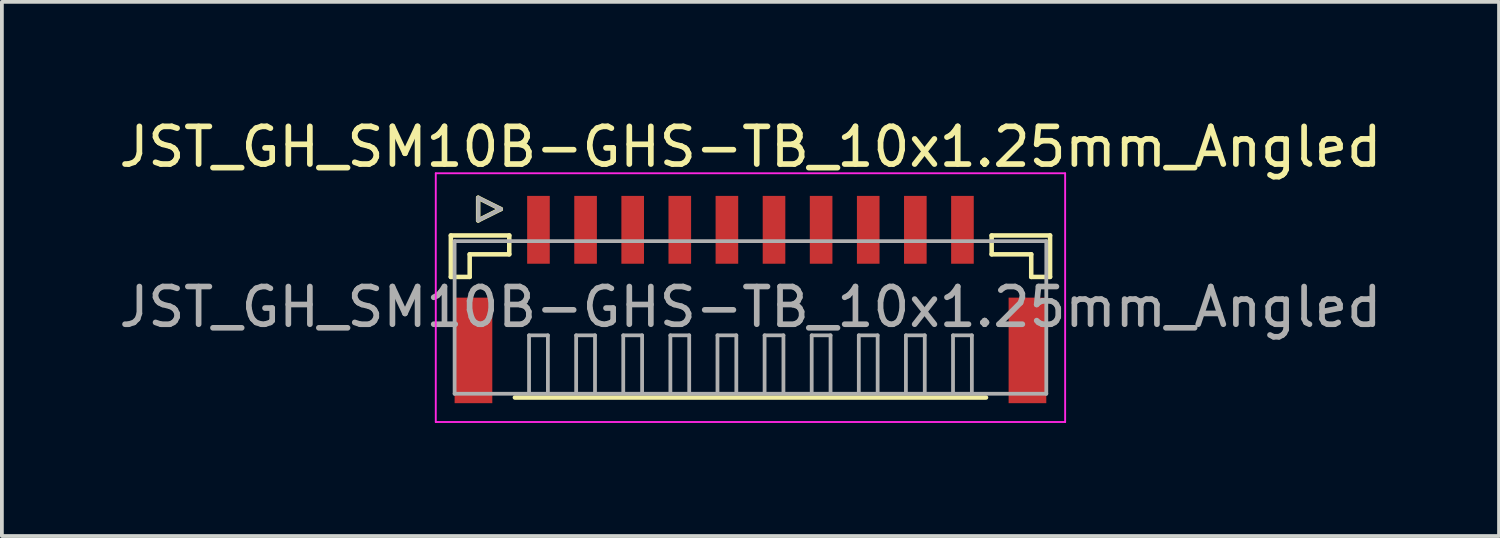
<source format=kicad_pcb>
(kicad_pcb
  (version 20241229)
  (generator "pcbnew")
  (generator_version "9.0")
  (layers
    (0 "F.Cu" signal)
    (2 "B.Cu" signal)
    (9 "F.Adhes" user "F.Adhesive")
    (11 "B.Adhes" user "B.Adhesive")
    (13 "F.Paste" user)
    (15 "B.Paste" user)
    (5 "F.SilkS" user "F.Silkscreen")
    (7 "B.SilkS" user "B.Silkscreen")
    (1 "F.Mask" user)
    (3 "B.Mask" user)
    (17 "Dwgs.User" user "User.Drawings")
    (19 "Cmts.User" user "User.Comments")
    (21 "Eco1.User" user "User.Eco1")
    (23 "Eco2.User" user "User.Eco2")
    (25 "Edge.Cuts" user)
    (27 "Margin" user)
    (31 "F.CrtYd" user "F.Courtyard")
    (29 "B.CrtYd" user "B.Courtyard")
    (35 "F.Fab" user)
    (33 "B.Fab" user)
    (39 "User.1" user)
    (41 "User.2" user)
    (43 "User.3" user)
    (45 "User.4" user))
  (footprint "JST_GH_SM10B-GHS-TB_10x1.25mm_Angled"
    (layer "F.Cu")
    (at 16.863 4.648)
    (property "Reference" "JST_GH_SM10B-GHS-TB_10x1.25mm_Angled" (at 0 -3.8 0) (layer "F.SilkS") (effects (font (size 1 1) (thickness 0.15))))
    (attr smd)
    (fp_line (start -7.95 -1.45) (end -6.4 -1.45) (stroke (width 0.12) (type solid)) (layer "F.SilkS"))
    (fp_line (start -7.95 -0.35) (end -7.95 -1.45) (stroke (width 0.12) (type solid)) (layer "F.SilkS"))
    (fp_line (start -7.45 -0.95) (end -7.45 -0.35) (stroke (width 0.12) (type solid)) (layer "F.SilkS"))
    (fp_line (start -7.45 -0.35) (end -7.95 -0.35) (stroke (width 0.12) (type solid)) (layer "F.SilkS"))
    (fp_line (start -7.225 -2.45) (end -7.225 -1.85) (stroke (width 0.12) (type solid)) (layer "F.SilkS"))
    (fp_line (start -7.225 -1.85) (end -6.625 -2.15) (stroke (width 0.12) (type solid)) (layer "F.SilkS"))
    (fp_line (start -6.625 -2.15) (end -7.225 -2.45) (stroke (width 0.12) (type solid)) (layer "F.SilkS"))
    (fp_line (start -6.4 -1.45) (end -6.4 -0.95) (stroke (width 0.12) (type solid)) (layer "F.SilkS"))
    (fp_line (start -6.4 -0.95) (end -7.45 -0.95) (stroke (width 0.12) (type solid)) (layer "F.SilkS"))
    (fp_line (start -6.25 2.85) (end 6.25 2.85) (stroke (width 0.12) (type solid)) (layer "F.SilkS"))
    (fp_line (start 6.4 -1.45) (end 6.4 -0.95) (stroke (width 0.12) (type solid)) (layer "F.SilkS"))
    (fp_line (start 6.4 -0.95) (end 7.45 -0.95) (stroke (width 0.12) (type solid)) (layer "F.SilkS"))
    (fp_line (start 7.45 -0.95) (end 7.45 -0.35) (stroke (width 0.12) (type solid)) (layer "F.SilkS"))
    (fp_line (start 7.45 -0.35) (end 7.95 -0.35) (stroke (width 0.12) (type solid)) (layer "F.SilkS"))
    (fp_line (start 7.95 -1.45) (end 6.4 -1.45) (stroke (width 0.12) (type solid)) (layer "F.SilkS"))
    (fp_line (start 7.95 -0.35) (end 7.95 -1.45) (stroke (width 0.12) (type solid)) (layer "F.SilkS"))
    (fp_line (start -8.35 -3.1) (end -8.35 3.5) (stroke (width 0.05) (type solid)) (layer "F.CrtYd"))
    (fp_line (start -8.35 3.5) (end 8.35 3.5) (stroke (width 0.05) (type solid)) (layer "F.CrtYd"))
    (fp_line (start 8.35 -3.1) (end -8.35 -3.1) (stroke (width 0.05) (type solid)) (layer "F.CrtYd"))
    (fp_line (start 8.35 3.5) (end 8.35 -3.1) (stroke (width 0.05) (type solid)) (layer "F.CrtYd"))
    (fp_line (start -7.85 -1.3) (end -7.85 2.75) (stroke (width 0.1) (type solid)) (layer "F.Fab"))
    (fp_line (start -7.85 2.75) (end 7.85 2.75) (stroke (width 0.1) (type solid)) (layer "F.Fab"))
    (fp_line (start -7.225 -2.45) (end -7.225 -1.85) (stroke (width 0.1) (type solid)) (layer "F.Fab"))
    (fp_line (start -7.225 -1.85) (end -6.625 -2.15) (stroke (width 0.1) (type solid)) (layer "F.Fab"))
    (fp_line (start -6.625 -2.15) (end -7.225 -2.45) (stroke (width 0.1) (type solid)) (layer "F.Fab"))
    (fp_line (start -5.875 1.2) (end -5.375 1.2) (stroke (width 0.1) (type solid)) (layer "F.Fab"))
    (fp_line (start -5.875 2.7) (end -5.875 1.2) (stroke (width 0.1) (type solid)) (layer "F.Fab"))
    (fp_line (start -5.375 1.2) (end -5.375 2.7) (stroke (width 0.1) (type solid)) (layer "F.Fab"))
    (fp_line (start -4.625 1.2) (end -4.125 1.2) (stroke (width 0.1) (type solid)) (layer "F.Fab"))
    (fp_line (start -4.625 2.7) (end -4.625 1.2) (stroke (width 0.1) (type solid)) (layer "F.Fab"))
    (fp_line (start -4.125 1.2) (end -4.125 2.7) (stroke (width 0.1) (type solid)) (layer "F.Fab"))
    (fp_line (start -3.375 1.2) (end -2.875 1.2) (stroke (width 0.1) (type solid)) (layer "F.Fab"))
    (fp_line (start -3.375 2.7) (end -3.375 1.2) (stroke (width 0.1) (type solid)) (layer "F.Fab"))
    (fp_line (start -2.875 1.2) (end -2.875 2.7) (stroke (width 0.1) (type solid)) (layer "F.Fab"))
    (fp_line (start -2.125 1.2) (end -1.625 1.2) (stroke (width 0.1) (type solid)) (layer "F.Fab"))
    (fp_line (start -2.125 2.7) (end -2.125 1.2) (stroke (width 0.1) (type solid)) (layer "F.Fab"))
    (fp_line (start -1.625 1.2) (end -1.625 2.7) (stroke (width 0.1) (type solid)) (layer "F.Fab"))
    (fp_line (start -0.875 1.2) (end -0.375 1.2) (stroke (width 0.1) (type solid)) (layer "F.Fab"))
    (fp_line (start -0.875 2.7) (end -0.875 1.2) (stroke (width 0.1) (type solid)) (layer "F.Fab"))
    (fp_line (start -0.375 1.2) (end -0.375 2.7) (stroke (width 0.1) (type solid)) (layer "F.Fab"))
    (fp_line (start 0.375 1.2) (end 0.875 1.2) (stroke (width 0.1) (type solid)) (layer "F.Fab"))
    (fp_line (start 0.375 2.7) (end 0.375 1.2) (stroke (width 0.1) (type solid)) (layer "F.Fab"))
    (fp_line (start 0.875 1.2) (end 0.875 2.7) (stroke (width 0.1) (type solid)) (layer "F.Fab"))
    (fp_line (start 1.625 1.2) (end 2.125 1.2) (stroke (width 0.1) (type solid)) (layer "F.Fab"))
    (fp_line (start 1.625 2.7) (end 1.625 1.2) (stroke (width 0.1) (type solid)) (layer "F.Fab"))
    (fp_line (start 2.125 1.2) (end 2.125 2.7) (stroke (width 0.1) (type solid)) (layer "F.Fab"))
    (fp_line (start 2.875 1.2) (end 3.375 1.2) (stroke (width 0.1) (type solid)) (layer "F.Fab"))
    (fp_line (start 2.875 2.7) (end 2.875 1.2) (stroke (width 0.1) (type solid)) (layer "F.Fab"))
    (fp_line (start 3.375 1.2) (end 3.375 2.7) (stroke (width 0.1) (type solid)) (layer "F.Fab"))
    (fp_line (start 4.125 1.2) (end 4.625 1.2) (stroke (width 0.1) (type solid)) (layer "F.Fab"))
    (fp_line (start 4.125 2.7) (end 4.125 1.2) (stroke (width 0.1) (type solid)) (layer "F.Fab"))
    (fp_line (start 4.625 1.2) (end 4.625 2.7) (stroke (width 0.1) (type solid)) (layer "F.Fab"))
    (fp_line (start 5.375 1.2) (end 5.875 1.2) (stroke (width 0.1) (type solid)) (layer "F.Fab"))
    (fp_line (start 5.375 2.7) (end 5.375 1.2) (stroke (width 0.1) (type solid)) (layer "F.Fab"))
    (fp_line (start 5.875 1.2) (end 5.875 2.7) (stroke (width 0.1) (type solid)) (layer "F.Fab"))
    (fp_line (start 7.85 -1.3) (end -7.85 -1.3) (stroke (width 0.1) (type solid)) (layer "F.Fab"))
    (fp_line (start 7.85 2.75) (end 7.85 -1.3) (stroke (width 0.1) (type solid)) (layer "F.Fab"))
    (fp_text user "${REFERENCE}" (at 0 0.45 0) (layer "F.Fab") (effects (font (size 1 1) (thickness 0.15))))
    (pad "" smd rect (at -7.35 1.6) (size 1 2.8) (layers "F.Cu" "F.Mask" "F.Paste"))
    (pad "" smd rect (at 7.35 1.6) (size 1 2.8) (layers "F.Cu" "F.Mask" "F.Paste"))
    (pad "1" smd rect (at -5.625 -1.6) (size 0.6 1.8) (layers "F.Cu" "F.Mask" "F.Paste"))
    (pad "2" smd rect (at -4.375 -1.6) (size 0.6 1.8) (layers "F.Cu" "F.Mask" "F.Paste"))
    (pad "3" smd rect (at -3.125 -1.6) (size 0.6 1.8) (layers "F.Cu" "F.Mask" "F.Paste"))
    (pad "4" smd rect (at -1.875 -1.6) (size 0.6 1.8) (layers "F.Cu" "F.Mask" "F.Paste"))
    (pad "5" smd rect (at -0.625 -1.6) (size 0.6 1.8) (layers "F.Cu" "F.Mask" "F.Paste"))
    (pad "6" smd rect (at 0.625 -1.6) (size 0.6 1.8) (layers "F.Cu" "F.Mask" "F.Paste"))
    (pad "7" smd rect (at 1.875 -1.6) (size 0.6 1.8) (layers "F.Cu" "F.Mask" "F.Paste"))
    (pad "8" smd rect (at 3.125 -1.6) (size 0.6 1.8) (layers "F.Cu" "F.Mask" "F.Paste"))
    (pad "9" smd rect (at 4.375 -1.6) (size 0.6 1.8) (layers "F.Cu" "F.Mask" "F.Paste"))
    (pad "10" smd rect (at 5.625 -1.6) (size 0.6 1.8) (layers "F.Cu" "F.Mask" "F.Paste")))
  (gr_rect
    (start -3 -3)
    (end 36.726 11.173)
    (stroke (width 0.1) (type default))
    (fill no)
    (layer "Edge.Cuts")))
</source>
